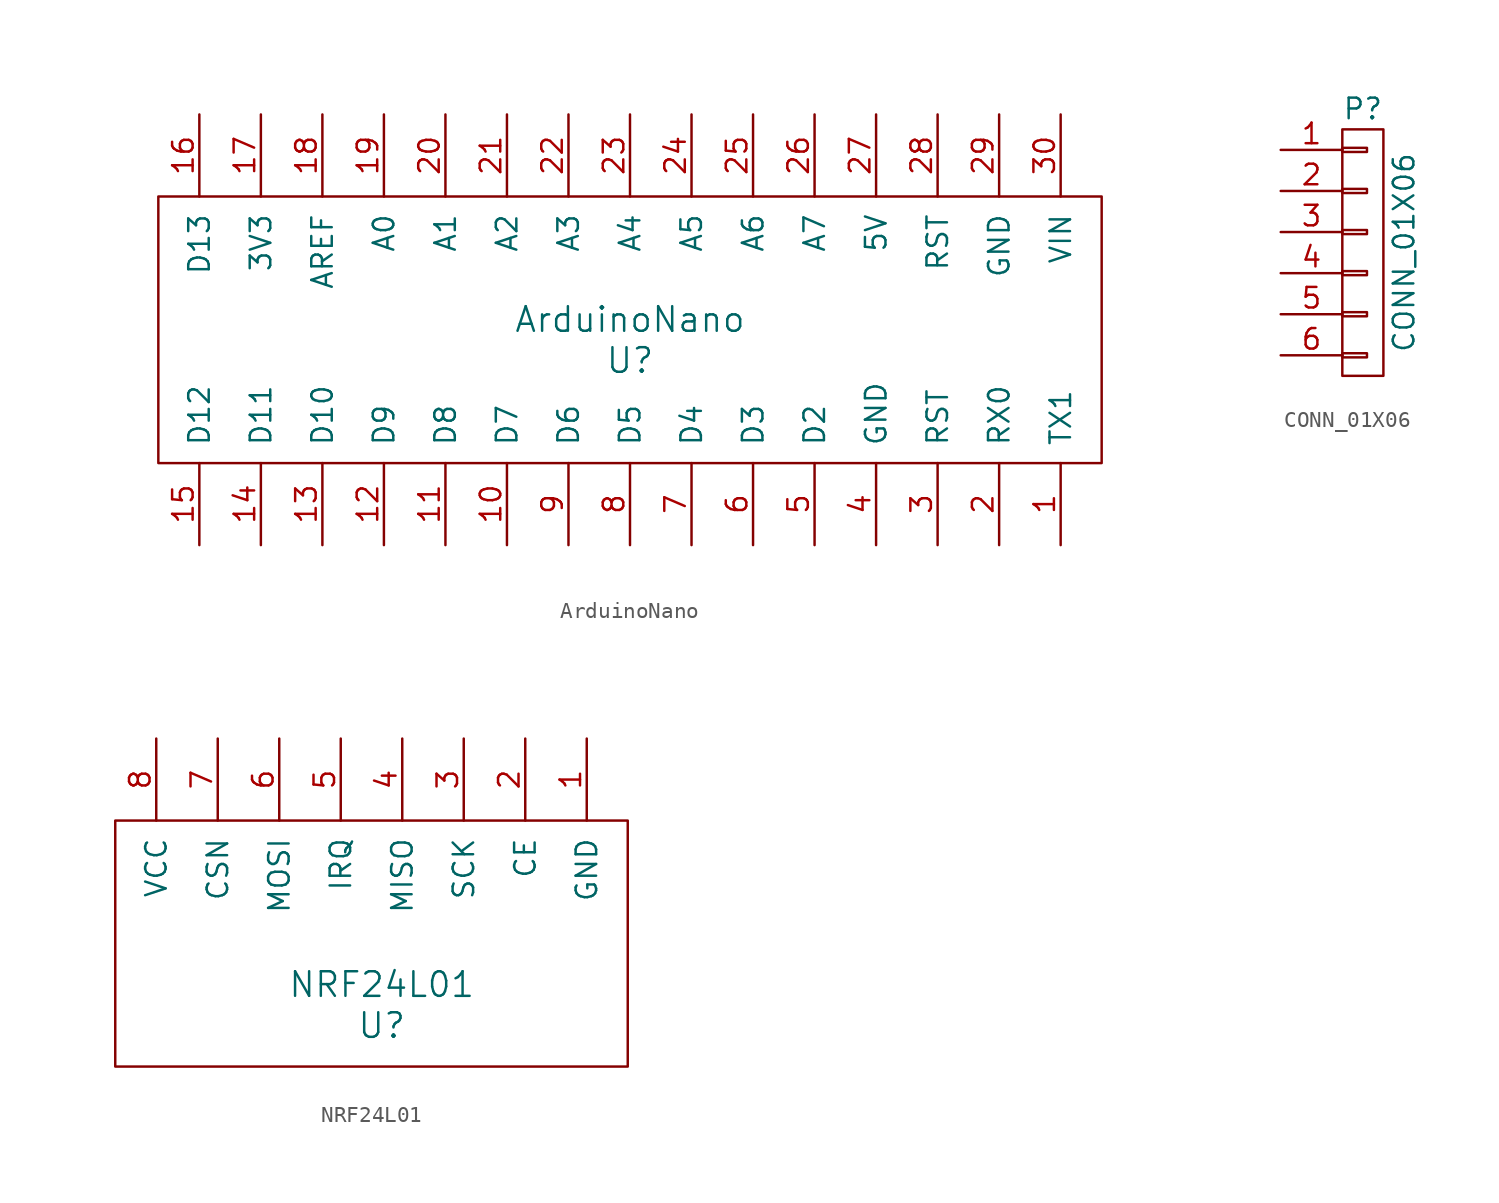
<source format=kicad_sym>
(kicad_symbol_lib
  (version 20241209)
  (generator "kicad_symbol_editor")
  (generator_version "9.0")
  (symbol "ArduinoNano"
    (pin_names
      (offset 1.016))
    (property "Reference" "U"
      (at -8.89 0 0)
      (effects (font (size 1.524 1.524))))
    (property "Value" "ArduinoNano"
      (at -8.89 2.54 0)
      (effects (font (size 1.524 1.524))))
    (symbol "ArduinoNano_0_1"
      (rectangle (start -38.1 10.16) (end 20.32 -6.35) (stroke (width 0) (type solid)) (fill (type none))))
    (symbol "ArduinoNano_1_1"
      (pin bidirectional line (at -35.56 15.24 270) (length 5.08) (name "D13" (effects (font (size 1.27 1.27)))) (number "16" (effects (font (size 1.27 1.27)))))
      (pin bidirectional line (at -35.56 -11.43 90) (length 5.08) (name "D12" (effects (font (size 1.27 1.27)))) (number "15" (effects (font (size 1.27 1.27)))))
      (pin power_out line (at -31.75 15.24 270) (length 5.08) (name "3V3" (effects (font (size 1.27 1.27)))) (number "17" (effects (font (size 1.27 1.27)))))
      (pin bidirectional line (at -31.75 -11.43 90) (length 5.08) (name "D11" (effects (font (size 1.27 1.27)))) (number "14" (effects (font (size 1.27 1.27)))))
      (pin input line (at -27.94 15.24 270) (length 5.08) (name "AREF" (effects (font (size 1.27 1.27)))) (number "18" (effects (font (size 1.27 1.27)))))
      (pin bidirectional line (at -27.94 -11.43 90) (length 5.08) (name "D10" (effects (font (size 1.27 1.27)))) (number "13" (effects (font (size 1.27 1.27)))))
      (pin bidirectional line (at -24.13 15.24 270) (length 5.08) (name "A0" (effects (font (size 1.27 1.27)))) (number "19" (effects (font (size 1.27 1.27)))))
      (pin bidirectional line (at -24.13 -11.43 90) (length 5.08) (name "D9" (effects (font (size 1.27 1.27)))) (number "12" (effects (font (size 1.27 1.27)))))
      (pin bidirectional line (at -20.32 15.24 270) (length 5.08) (name "A1" (effects (font (size 1.27 1.27)))) (number "20" (effects (font (size 1.27 1.27)))))
      (pin bidirectional line (at -20.32 -11.43 90) (length 5.08) (name "D8" (effects (font (size 1.27 1.27)))) (number "11" (effects (font (size 1.27 1.27)))))
      (pin bidirectional line (at -16.51 15.24 270) (length 5.08) (name "A2" (effects (font (size 1.27 1.27)))) (number "21" (effects (font (size 1.27 1.27)))))
      (pin bidirectional line (at -16.51 -11.43 90) (length 5.08) (name "D7" (effects (font (size 1.27 1.27)))) (number "10" (effects (font (size 1.27 1.27)))))
      (pin bidirectional line (at -12.7 15.24 270) (length 5.08) (name "A3" (effects (font (size 1.27 1.27)))) (number "22" (effects (font (size 1.27 1.27)))))
      (pin bidirectional line (at -12.7 -11.43 90) (length 5.08) (name "D6" (effects (font (size 1.27 1.27)))) (number "9" (effects (font (size 1.27 1.27)))))
      (pin bidirectional line (at -8.89 15.24 270) (length 5.08) (name "A4" (effects (font (size 1.27 1.27)))) (number "23" (effects (font (size 1.27 1.27)))))
      (pin bidirectional line (at -8.89 -11.43 90) (length 5.08) (name "D5" (effects (font (size 1.27 1.27)))) (number "8" (effects (font (size 1.27 1.27)))))
      (pin bidirectional line (at -5.08 15.24 270) (length 5.08) (name "A5" (effects (font (size 1.27 1.27)))) (number "24" (effects (font (size 1.27 1.27)))))
      (pin bidirectional line (at -5.08 -11.43 90) (length 5.08) (name "D4" (effects (font (size 1.27 1.27)))) (number "7" (effects (font (size 1.27 1.27)))))
      (pin bidirectional line (at -1.27 15.24 270) (length 5.08) (name "A6" (effects (font (size 1.27 1.27)))) (number "25" (effects (font (size 1.27 1.27)))))
      (pin bidirectional line (at -1.27 -11.43 90) (length 5.08) (name "D3" (effects (font (size 1.27 1.27)))) (number "6" (effects (font (size 1.27 1.27)))))
      (pin bidirectional line (at 2.54 15.24 270) (length 5.08) (name "A7" (effects (font (size 1.27 1.27)))) (number "26" (effects (font (size 1.27 1.27)))))
      (pin bidirectional line (at 2.54 -11.43 90) (length 5.08) (name "D2" (effects (font (size 1.27 1.27)))) (number "5" (effects (font (size 1.27 1.27)))))
      (pin power_out line (at 6.35 15.24 270) (length 5.08) (name "5V" (effects (font (size 1.27 1.27)))) (number "27" (effects (font (size 1.27 1.27)))))
      (pin power_in line (at 6.35 -11.43 90) (length 5.08) (name "GND" (effects (font (size 1.27 1.27)))) (number "4" (effects (font (size 1.27 1.27)))))
      (pin input line (at 10.16 15.24 270) (length 5.08) (name "RST" (effects (font (size 1.27 1.27)))) (number "28" (effects (font (size 1.27 1.27)))))
      (pin input line (at 10.16 -11.43 90) (length 5.08) (name "RST" (effects (font (size 1.27 1.27)))) (number "3" (effects (font (size 1.27 1.27)))))
      (pin power_in line (at 13.97 15.24 270) (length 5.08) (name "GND" (effects (font (size 1.27 1.27)))) (number "29" (effects (font (size 1.27 1.27)))))
      (pin input line (at 13.97 -11.43 90) (length 5.08) (name "RX0" (effects (font (size 1.27 1.27)))) (number "2" (effects (font (size 1.27 1.27)))))
      (pin power_in line (at 17.78 15.24 270) (length 5.08) (name "VIN" (effects (font (size 1.27 1.27)))) (number "30" (effects (font (size 1.27 1.27)))))
      (pin input line (at 17.78 -11.43 90) (length 5.08) (name "TX1" (effects (font (size 1.27 1.27)))) (number "1" (effects (font (size 1.27 1.27)))))))
  (symbol "CONN_01X06"
    (pin_names
      (offset 1.016)
      (hide yes))
    (property "Reference" "P"
      (at 0 8.89 0)
      (effects (font (size 1.27 1.27))))
    (property "Value" "CONN_01X06"
      (at 2.54 0 90)
      (effects (font (size 1.27 1.27))))
    (property "Footprint" ""
      (at 0 0 0)
      (effects (font (size 1.27 1.27))))
    (property "Datasheet" ""
      (at 0 0 0)
      (effects (font (size 1.27 1.27))))
    (symbol "CONN_01X06_0_1"
      (rectangle (start -1.27 7.62) (end 1.27 -7.62) (stroke (width 0) (type solid)) (fill (type none)))
      (rectangle (start -1.27 6.477) (end 0.254 6.223) (stroke (width 0) (type solid)) (fill (type none)))
      (rectangle (start -1.27 3.937) (end 0.254 3.683) (stroke (width 0) (type solid)) (fill (type none)))
      (rectangle (start -1.27 1.397) (end 0.254 1.143) (stroke (width 0) (type solid)) (fill (type none)))
      (rectangle (start -1.27 -1.143) (end 0.254 -1.397) (stroke (width 0) (type solid)) (fill (type none)))
      (rectangle (start -1.27 -3.683) (end 0.254 -3.937) (stroke (width 0) (type solid)) (fill (type none)))
      (rectangle (start -1.27 -6.223) (end 0.254 -6.477) (stroke (width 0) (type solid)) (fill (type none))))
    (symbol "CONN_01X06_1_1"
      (pin passive line (at -5.08 6.35 0) (length 3.81) (name "P1" (effects (font (size 1.27 1.27)))) (number "1" (effects (font (size 1.27 1.27)))))
      (pin passive line (at -5.08 3.81 0) (length 3.81) (name "P2" (effects (font (size 1.27 1.27)))) (number "2" (effects (font (size 1.27 1.27)))))
      (pin passive line (at -5.08 1.27 0) (length 3.81) (name "P3" (effects (font (size 1.27 1.27)))) (number "3" (effects (font (size 1.27 1.27)))))
      (pin passive line (at -5.08 -1.27 0) (length 3.81) (name "P4" (effects (font (size 1.27 1.27)))) (number "4" (effects (font (size 1.27 1.27)))))
      (pin passive line (at -5.08 -3.81 0) (length 3.81) (name "P5" (effects (font (size 1.27 1.27)))) (number "5" (effects (font (size 1.27 1.27)))))
      (pin passive line (at -5.08 -6.35 0) (length 3.81) (name "P6" (effects (font (size 1.27 1.27)))) (number "6" (effects (font (size 1.27 1.27)))))))
  (symbol "NRF24L01"
    (pin_names
      (offset 1.016))
    (property "Reference" "U"
      (at -6.35 -1.27 0)
      (effects (font (size 1.524 1.524))))
    (property "Value" "NRF24L01"
      (at -6.35 1.27 0)
      (effects (font (size 1.524 1.524))))
    (symbol "NRF24L01_0_1"
      (rectangle (start -22.86 11.43) (end 8.89 -3.81) (stroke (width 0) (type solid)) (fill (type none))))
    (symbol "NRF24L01_1_1"
      (pin power_in line (at -20.32 16.51 270) (length 5.08) (name "VCC" (effects (font (size 1.27 1.27)))) (number "8" (effects (font (size 1.27 1.27)))))
      (pin bidirectional line (at -16.51 16.51 270) (length 5.08) (name "CSN" (effects (font (size 1.27 1.27)))) (number "7" (effects (font (size 1.27 1.27)))))
      (pin bidirectional line (at -12.7 16.51 270) (length 5.08) (name "MOSI" (effects (font (size 1.27 1.27)))) (number "6" (effects (font (size 1.27 1.27)))))
      (pin bidirectional line (at -8.89 16.51 270) (length 5.08) (name "IRQ" (effects (font (size 1.27 1.27)))) (number "5" (effects (font (size 1.27 1.27)))))
      (pin bidirectional line (at -5.08 16.51 270) (length 5.08) (name "MISO" (effects (font (size 1.27 1.27)))) (number "4" (effects (font (size 1.27 1.27)))))
      (pin bidirectional line (at -1.27 16.51 270) (length 5.08) (name "SCK" (effects (font (size 1.27 1.27)))) (number "3" (effects (font (size 1.27 1.27)))))
      (pin bidirectional line (at 2.54 16.51 270) (length 5.08) (name "CE" (effects (font (size 1.27 1.27)))) (number "2" (effects (font (size 1.27 1.27)))))
      (pin power_in line (at 6.35 16.51 270) (length 5.08) (name "GND" (effects (font (size 1.27 1.27)))) (number "1" (effects (font (size 1.27 1.27))))))))
</source>
